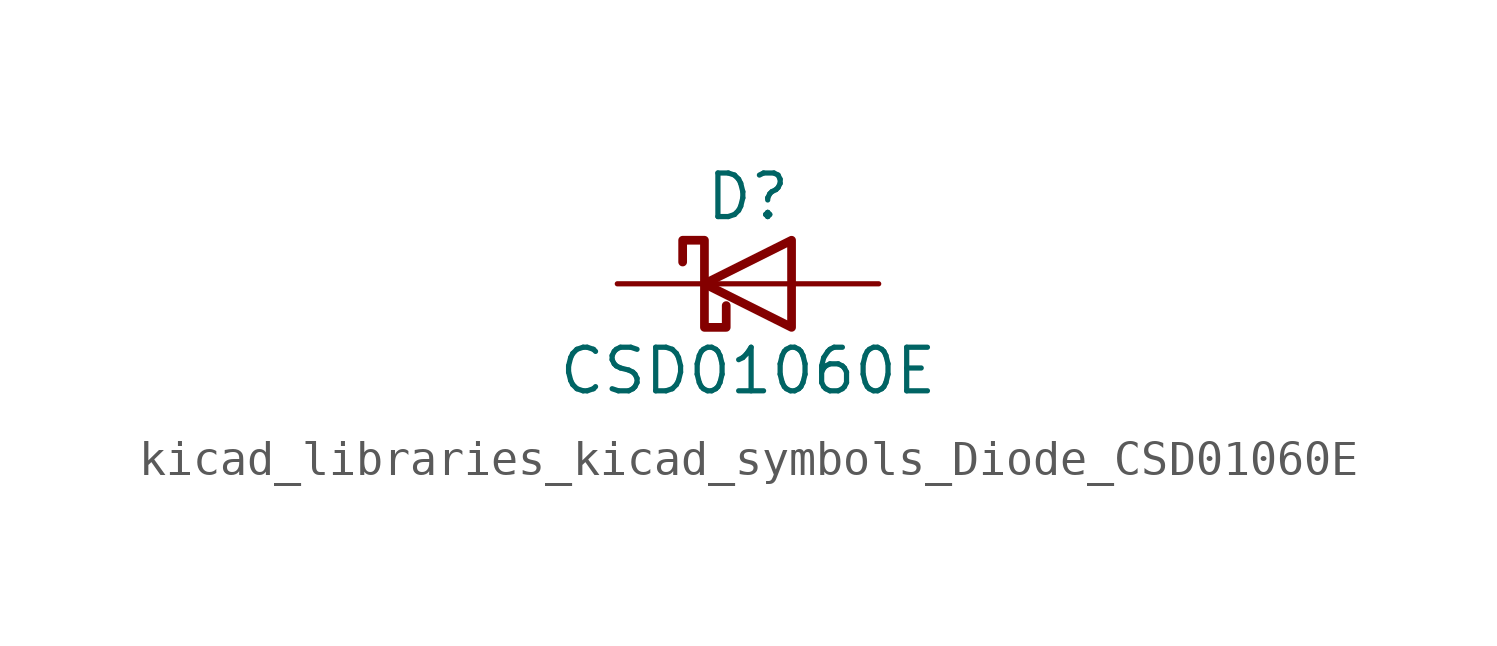
<source format=kicad_sym>
(kicad_symbol_lib
  (version 20220914)
  (generator kicad_symbol_editor)
  (symbol "kicad_libraries_kicad_symbols_Diode_CSD01060E"
    (pin_numbers hide)
    (pin_names
      (offset 1.016) hide)
    (property "Reference" "D"
      (at 0 2.54 0)
      (effects (font (size 1.27 1.27))))
    (property "Value" "CSD01060E"
      (at 0 -2.54 0)
      (effects (font (size 1.27 1.27))))
    (symbol "kicad_libraries_kicad_symbols_Diode_CSD01060E_0_1"
      (polyline (pts (xy 1.27 0) (xy -1.27 0)) (stroke (width 0) (type default)) (fill (type none)))
      (polyline (pts (xy 1.27 1.27) (xy 1.27 -1.27) (xy -1.27 0) (xy 1.27 1.27)) (stroke (width 0.254) (type default)) (fill (type none)))
      (polyline (pts (xy -1.905 0.635) (xy -1.905 1.27) (xy -1.27 1.27) (xy -1.27 -1.27) (xy -0.635 -1.27) (xy -0.635 -0.635)) (stroke (width 0.254) (type default)) (fill (type none))))
    (symbol "kicad_libraries_kicad_symbols_Diode_CSD01060E_1_1"
      (pin passive line (at -3.81 0 0) (length 2.54) (name "K" (effects (font (size 1.27 1.27)))) (number "1" (effects (font (size 1.27 1.27)))))
      (pin passive line (at 3.81 0 180) (length 2.54) (name "A" (effects (font (size 1.27 1.27)))) (number "2" (effects (font (size 1.27 1.27))))))))
</source>
